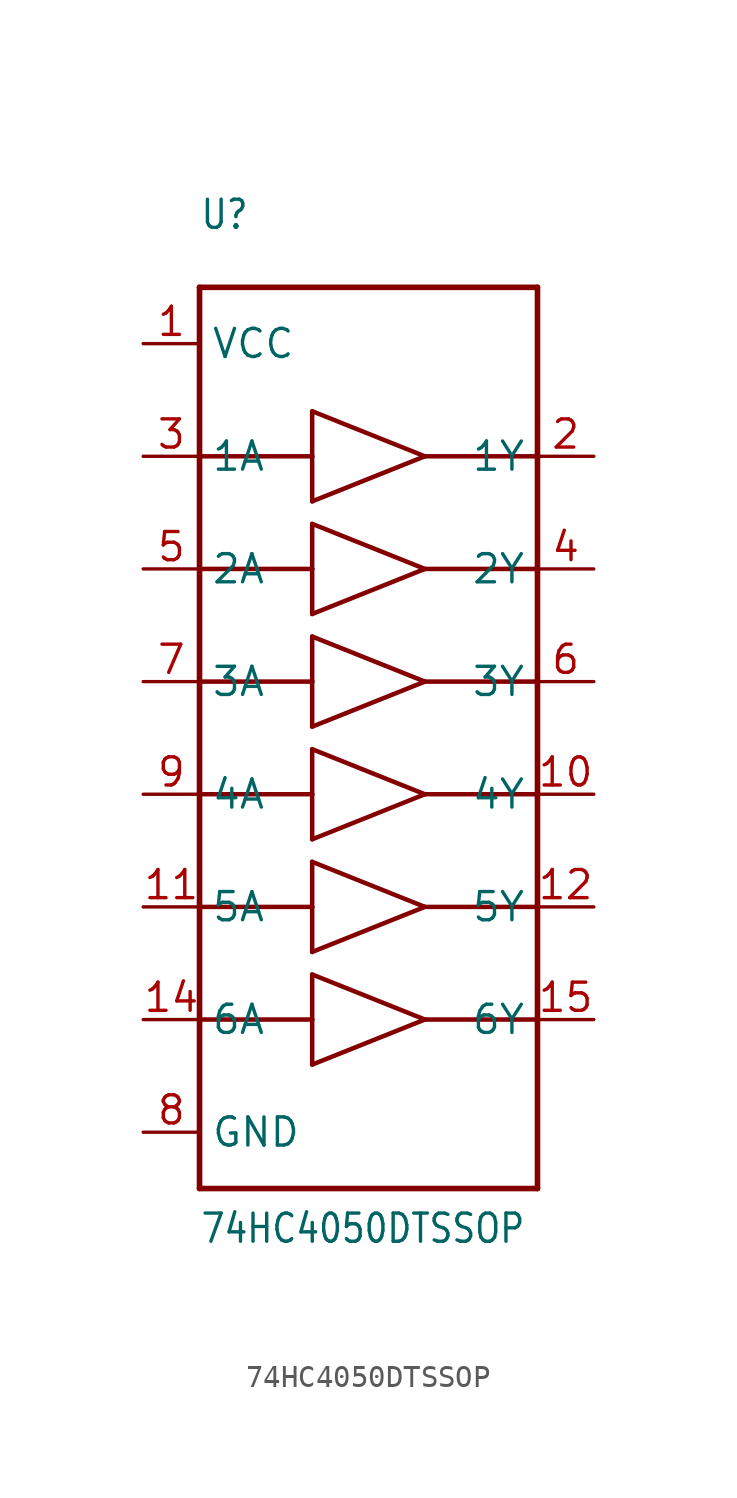
<source format=kicad_sym>
(kicad_symbol_lib
  (version 20211014)
  (generator kicad_symbol_editor)
  (symbol "74HC4050DTSSOP"
    (property "Reference" "U"
      (at -7.62 22.86 0)
      (effects (font (size 1.27 1.079)) (justify left bottom)))
    (property "Value" "74HC4050DTSSOP"
      (at -7.62 -22.86 0)
      (effects (font (size 1.27 1.079)) (justify left bottom)))
    (property "ki_locked" ""
      (at 0 0 0)
      (effects (font (size 1.27 1.27))))
    (symbol "74HC4050DTSSOP_1_0"
      (polyline (pts (xy -7.62 -20.32) (xy -7.62 20.32)) (stroke (width 0.254) (type default) (color 0 0 0 0)) (fill (type none)))
      (polyline (pts (xy -7.62 -12.7) (xy -2.54 -12.7)) (stroke (width 0.203) (type default) (color 0 0 0 0)) (fill (type none)))
      (polyline (pts (xy -7.62 -7.62) (xy -2.54 -7.62)) (stroke (width 0.203) (type default) (color 0 0 0 0)) (fill (type none)))
      (polyline (pts (xy -7.62 -2.54) (xy -2.54 -2.54)) (stroke (width 0.203) (type default) (color 0 0 0 0)) (fill (type none)))
      (polyline (pts (xy -7.62 2.54) (xy -2.54 2.54)) (stroke (width 0.203) (type default) (color 0 0 0 0)) (fill (type none)))
      (polyline (pts (xy -7.62 7.62) (xy -2.54 7.62)) (stroke (width 0.203) (type default) (color 0 0 0 0)) (fill (type none)))
      (polyline (pts (xy -7.62 12.7) (xy -2.54 12.7)) (stroke (width 0.203) (type default) (color 0 0 0 0)) (fill (type none)))
      (polyline (pts (xy -7.62 20.32) (xy 7.62 20.32)) (stroke (width 0.254) (type default) (color 0 0 0 0)) (fill (type none)))
      (polyline (pts (xy -2.54 -14.732) (xy -2.54 -12.7)) (stroke (width 0.203) (type default) (color 0 0 0 0)) (fill (type none)))
      (polyline (pts (xy -2.54 -14.732) (xy 2.54 -12.7)) (stroke (width 0.203) (type default) (color 0 0 0 0)) (fill (type none)))
      (polyline (pts (xy -2.54 -12.7) (xy -2.54 -10.668)) (stroke (width 0.203) (type default) (color 0 0 0 0)) (fill (type none)))
      (polyline (pts (xy -2.54 -9.652) (xy -2.54 -7.62)) (stroke (width 0.203) (type default) (color 0 0 0 0)) (fill (type none)))
      (polyline (pts (xy -2.54 -9.652) (xy 2.54 -7.62)) (stroke (width 0.203) (type default) (color 0 0 0 0)) (fill (type none)))
      (polyline (pts (xy -2.54 -7.62) (xy -2.54 -5.588)) (stroke (width 0.203) (type default) (color 0 0 0 0)) (fill (type none)))
      (polyline (pts (xy -2.54 -4.572) (xy -2.54 -2.54)) (stroke (width 0.203) (type default) (color 0 0 0 0)) (fill (type none)))
      (polyline (pts (xy -2.54 -4.572) (xy 2.54 -2.54)) (stroke (width 0.203) (type default) (color 0 0 0 0)) (fill (type none)))
      (polyline (pts (xy -2.54 -2.54) (xy -2.54 -0.508)) (stroke (width 0.203) (type default) (color 0 0 0 0)) (fill (type none)))
      (polyline (pts (xy -2.54 0.508) (xy -2.54 2.54)) (stroke (width 0.203) (type default) (color 0 0 0 0)) (fill (type none)))
      (polyline (pts (xy -2.54 0.508) (xy 2.54 2.54)) (stroke (width 0.203) (type default) (color 0 0 0 0)) (fill (type none)))
      (polyline (pts (xy -2.54 2.54) (xy -2.54 4.572)) (stroke (width 0.203) (type default) (color 0 0 0 0)) (fill (type none)))
      (polyline (pts (xy -2.54 5.588) (xy -2.54 7.62)) (stroke (width 0.203) (type default) (color 0 0 0 0)) (fill (type none)))
      (polyline (pts (xy -2.54 5.588) (xy 2.54 7.62)) (stroke (width 0.203) (type default) (color 0 0 0 0)) (fill (type none)))
      (polyline (pts (xy -2.54 7.62) (xy -2.54 9.652)) (stroke (width 0.203) (type default) (color 0 0 0 0)) (fill (type none)))
      (polyline (pts (xy -2.54 10.668) (xy -2.54 12.7)) (stroke (width 0.203) (type default) (color 0 0 0 0)) (fill (type none)))
      (polyline (pts (xy -2.54 10.668) (xy 2.54 12.7)) (stroke (width 0.203) (type default) (color 0 0 0 0)) (fill (type none)))
      (polyline (pts (xy -2.54 12.7) (xy -2.54 14.732)) (stroke (width 0.203) (type default) (color 0 0 0 0)) (fill (type none)))
      (polyline (pts (xy 2.54 -12.7) (xy -2.54 -10.668)) (stroke (width 0.203) (type default) (color 0 0 0 0)) (fill (type none)))
      (polyline (pts (xy 2.54 -12.7) (xy 7.62 -12.7)) (stroke (width 0.203) (type default) (color 0 0 0 0)) (fill (type none)))
      (polyline (pts (xy 2.54 -7.62) (xy -2.54 -5.588)) (stroke (width 0.203) (type default) (color 0 0 0 0)) (fill (type none)))
      (polyline (pts (xy 2.54 -7.62) (xy 7.62 -7.62)) (stroke (width 0.203) (type default) (color 0 0 0 0)) (fill (type none)))
      (polyline (pts (xy 2.54 -2.54) (xy -2.54 -0.508)) (stroke (width 0.203) (type default) (color 0 0 0 0)) (fill (type none)))
      (polyline (pts (xy 2.54 -2.54) (xy 7.62 -2.54)) (stroke (width 0.203) (type default) (color 0 0 0 0)) (fill (type none)))
      (polyline (pts (xy 2.54 2.54) (xy -2.54 4.572)) (stroke (width 0.203) (type default) (color 0 0 0 0)) (fill (type none)))
      (polyline (pts (xy 2.54 2.54) (xy 7.62 2.54)) (stroke (width 0.203) (type default) (color 0 0 0 0)) (fill (type none)))
      (polyline (pts (xy 2.54 7.62) (xy -2.54 9.652)) (stroke (width 0.203) (type default) (color 0 0 0 0)) (fill (type none)))
      (polyline (pts (xy 2.54 7.62) (xy 7.62 7.62)) (stroke (width 0.203) (type default) (color 0 0 0 0)) (fill (type none)))
      (polyline (pts (xy 2.54 12.7) (xy -2.54 14.732)) (stroke (width 0.203) (type default) (color 0 0 0 0)) (fill (type none)))
      (polyline (pts (xy 2.54 12.7) (xy 7.62 12.7)) (stroke (width 0.203) (type default) (color 0 0 0 0)) (fill (type none)))
      (polyline (pts (xy 7.62 -20.32) (xy -7.62 -20.32)) (stroke (width 0.254) (type default) (color 0 0 0 0)) (fill (type none)))
      (polyline (pts (xy 7.62 12.7) (xy 7.62 -20.32)) (stroke (width 0.254) (type default) (color 0 0 0 0)) (fill (type none)))
      (polyline (pts (xy 7.62 20.32) (xy 7.62 12.7)) (stroke (width 0.254) (type default) (color 0 0 0 0)) (fill (type none)))
      (pin bidirectional line (at -10.16 17.78 0) (length 2.54) (name "VCC" (effects (font (size 1.27 1.27)))) (number "1" (effects (font (size 1.27 1.27)))))
      (pin bidirectional line (at 10.16 -2.54 180) (length 2.54) (name "4Y" (effects (font (size 1.27 1.27)))) (number "10" (effects (font (size 1.27 1.27)))))
      (pin bidirectional line (at -10.16 -7.62 0) (length 2.54) (name "5A" (effects (font (size 1.27 1.27)))) (number "11" (effects (font (size 1.27 1.27)))))
      (pin bidirectional line (at 10.16 -7.62 180) (length 2.54) (name "5Y" (effects (font (size 1.27 1.27)))) (number "12" (effects (font (size 1.27 1.27)))))
      (pin bidirectional line (at -10.16 -12.7 0) (length 2.54) (name "6A" (effects (font (size 1.27 1.27)))) (number "14" (effects (font (size 1.27 1.27)))))
      (pin bidirectional line (at 10.16 -12.7 180) (length 2.54) (name "6Y" (effects (font (size 1.27 1.27)))) (number "15" (effects (font (size 1.27 1.27)))))
      (pin bidirectional line (at 10.16 12.7 180) (length 2.54) (name "1Y" (effects (font (size 1.27 1.27)))) (number "2" (effects (font (size 1.27 1.27)))))
      (pin bidirectional line (at -10.16 12.7 0) (length 2.54) (name "1A" (effects (font (size 1.27 1.27)))) (number "3" (effects (font (size 1.27 1.27)))))
      (pin bidirectional line (at 10.16 7.62 180) (length 2.54) (name "2Y" (effects (font (size 1.27 1.27)))) (number "4" (effects (font (size 1.27 1.27)))))
      (pin bidirectional line (at -10.16 7.62 0) (length 2.54) (name "2A" (effects (font (size 1.27 1.27)))) (number "5" (effects (font (size 1.27 1.27)))))
      (pin bidirectional line (at 10.16 2.54 180) (length 2.54) (name "3Y" (effects (font (size 1.27 1.27)))) (number "6" (effects (font (size 1.27 1.27)))))
      (pin bidirectional line (at -10.16 2.54 0) (length 2.54) (name "3A" (effects (font (size 1.27 1.27)))) (number "7" (effects (font (size 1.27 1.27)))))
      (pin bidirectional line (at -10.16 -17.78 0) (length 2.54) (name "GND" (effects (font (size 1.27 1.27)))) (number "8" (effects (font (size 1.27 1.27)))))
      (pin bidirectional line (at -10.16 -2.54 0) (length 2.54) (name "4A" (effects (font (size 1.27 1.27)))) (number "9" (effects (font (size 1.27 1.27))))))))
</source>
